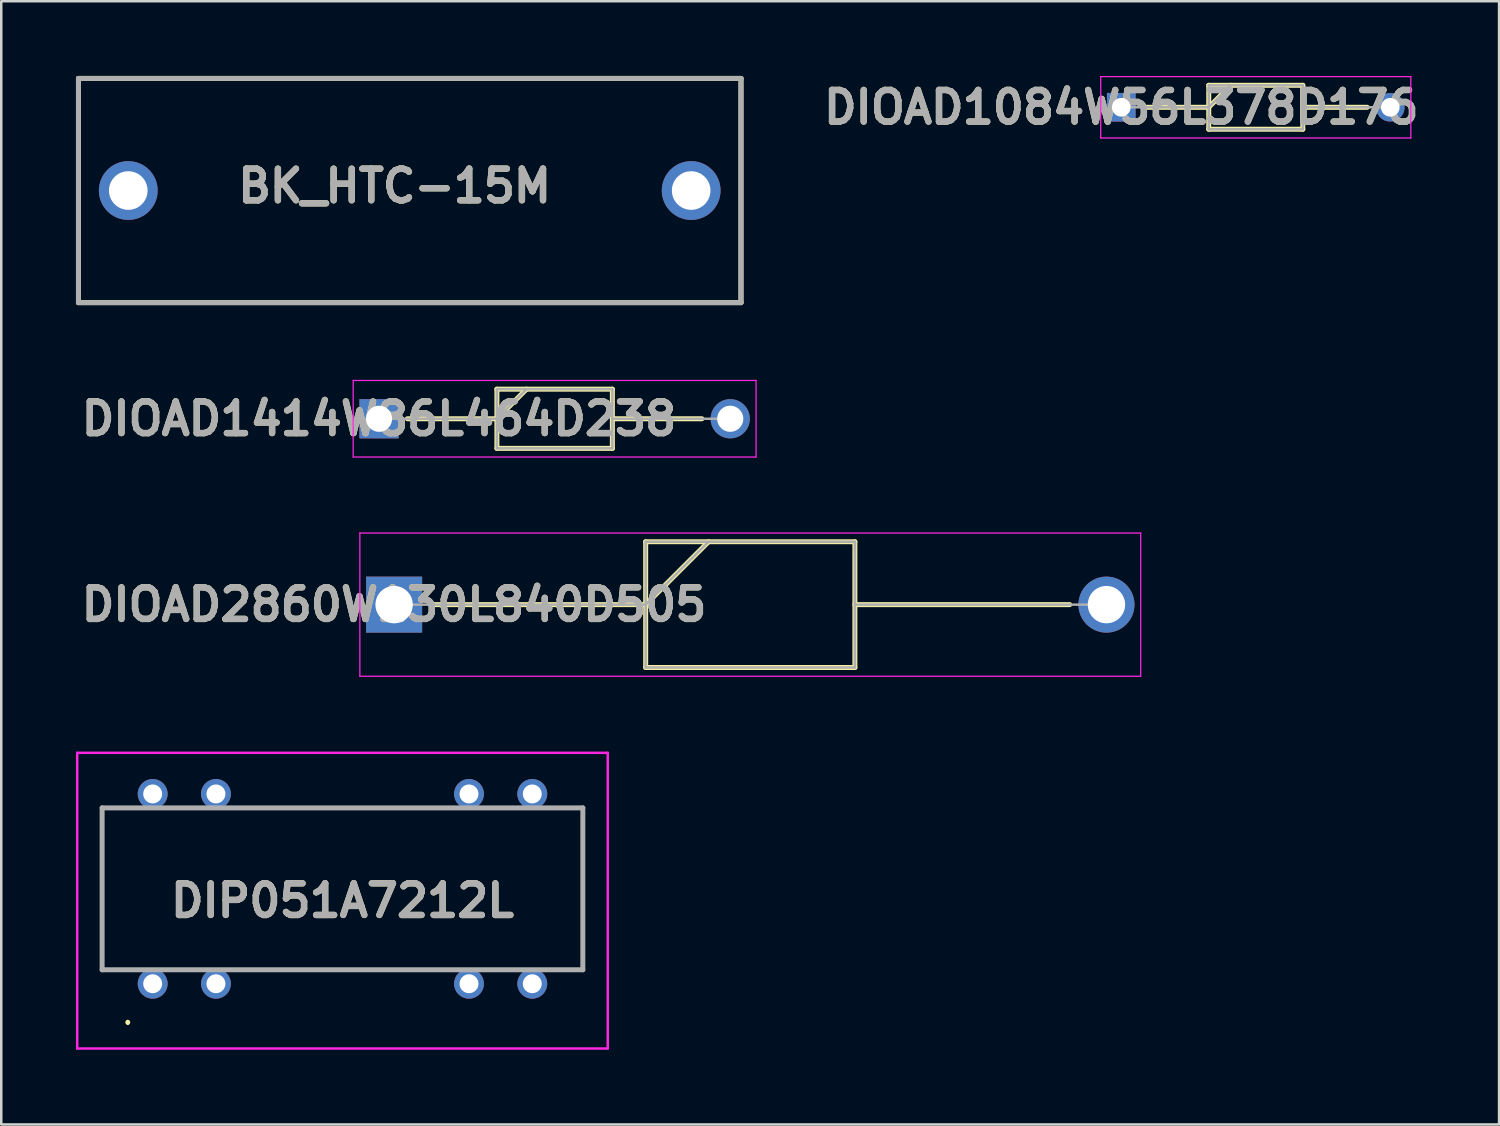
<source format=kicad_pcb>
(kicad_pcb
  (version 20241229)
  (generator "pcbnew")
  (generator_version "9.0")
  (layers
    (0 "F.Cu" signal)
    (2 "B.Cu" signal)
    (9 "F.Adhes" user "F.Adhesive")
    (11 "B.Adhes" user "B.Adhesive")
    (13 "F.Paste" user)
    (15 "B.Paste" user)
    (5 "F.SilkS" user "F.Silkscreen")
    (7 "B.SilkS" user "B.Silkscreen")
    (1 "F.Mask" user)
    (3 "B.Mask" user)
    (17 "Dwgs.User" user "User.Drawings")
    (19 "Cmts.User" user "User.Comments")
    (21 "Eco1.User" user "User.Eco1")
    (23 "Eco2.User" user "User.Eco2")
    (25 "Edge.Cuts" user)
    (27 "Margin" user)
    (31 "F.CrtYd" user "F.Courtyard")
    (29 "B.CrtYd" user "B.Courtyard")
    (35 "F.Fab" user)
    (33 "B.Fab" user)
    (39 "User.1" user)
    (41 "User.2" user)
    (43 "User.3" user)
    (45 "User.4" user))
  (footprint "DIOAD2860W130L840D505"
    (layer "F.Cu")
    (at 12.773 21.225)
    (property "Reference" "DIOAD2860W130L840D505" (at 0 0 0) (layer "F.SilkS") (effects (font (size 1.27 1.27) (thickness 0.254))))
    (attr through_hole)
    (fp_line (start 1.475 0) (end 10.1 0) (stroke (width 0.2) (type solid)) (layer "F.SilkS"))
    (fp_line (start 10.1 -2.525) (end 18.5 -2.525) (stroke (width 0.2) (type solid)) (layer "F.SilkS"))
    (fp_line (start 10.1 0) (end 12.625 -2.525) (stroke (width 0.2) (type solid)) (layer "F.SilkS"))
    (fp_line (start 10.1 2.525) (end 10.1 -2.525) (stroke (width 0.2) (type solid)) (layer "F.SilkS"))
    (fp_line (start 18.5 -2.525) (end 18.5 2.525) (stroke (width 0.2) (type solid)) (layer "F.SilkS"))
    (fp_line (start 18.5 0) (end 27.125 0) (stroke (width 0.2) (type solid)) (layer "F.SilkS"))
    (fp_line (start 18.5 2.525) (end 10.1 2.525) (stroke (width 0.2) (type solid)) (layer "F.SilkS"))
    (fp_line (start -1.375 -2.875) (end 29.975 -2.875) (stroke (width 0.05) (type solid)) (layer "F.CrtYd"))
    (fp_line (start -1.375 2.875) (end -1.375 -2.875) (stroke (width 0.05) (type solid)) (layer "F.CrtYd"))
    (fp_line (start 29.975 -2.875) (end 29.975 2.875) (stroke (width 0.05) (type solid)) (layer "F.CrtYd"))
    (fp_line (start 29.975 2.875) (end -1.375 2.875) (stroke (width 0.05) (type solid)) (layer "F.CrtYd"))
    (fp_line (start 0 0) (end 10.1 0) (stroke (width 0.1) (type solid)) (layer "F.Fab"))
    (fp_line (start 10.1 -2.525) (end 18.5 -2.525) (stroke (width 0.1) (type solid)) (layer "F.Fab"))
    (fp_line (start 10.1 0) (end 12.625 -2.525) (stroke (width 0.1) (type solid)) (layer "F.Fab"))
    (fp_line (start 10.1 2.525) (end 10.1 -2.525) (stroke (width 0.1) (type solid)) (layer "F.Fab"))
    (fp_line (start 18.5 -2.525) (end 18.5 2.525) (stroke (width 0.1) (type solid)) (layer "F.Fab"))
    (fp_line (start 18.5 0) (end 28.6 0) (stroke (width 0.1) (type solid)) (layer "F.Fab"))
    (fp_line (start 18.5 2.525) (end 10.1 2.525) (stroke (width 0.1) (type solid)) (layer "F.Fab"))
    (fp_text user "${REFERENCE}" (at 0 0 0) (layer "F.Fab") (effects (font (size 1.27 1.27) (thickness 0.254))))
    (pad "1" thru_hole rect (at 0 0) (size 2.25 2.25) (drill 1.5) (layers "*.Cu" "*.Mask"))
    (pad "2" thru_hole circle (at 28.6 0) (size 2.25 2.25) (drill 1.5) (layers "*.Cu" "*.Mask")))
  (footprint "DIOAD1084W56L378D176"
    (layer "F.Cu")
    (at 41.968 1.257)
    (property "Reference" "DIOAD1084W56L378D176" (at 0 0 0) (layer "F.SilkS") (effects (font (size 1.27 1.27) (thickness 0.254))))
    (attr through_hole)
    (fp_line (start 0.925 0) (end 3.512 0) (stroke (width 0.2) (type solid)) (layer "F.SilkS"))
    (fp_line (start 3.512 -0.882) (end 7.288 -0.882) (stroke (width 0.2) (type solid)) (layer "F.SilkS"))
    (fp_line (start 3.512 0) (end 4.395 -0.882) (stroke (width 0.2) (type solid)) (layer "F.SilkS"))
    (fp_line (start 3.512 0.882) (end 3.512 -0.882) (stroke (width 0.2) (type solid)) (layer "F.SilkS"))
    (fp_line (start 7.288 -0.882) (end 7.288 0.882) (stroke (width 0.2) (type solid)) (layer "F.SilkS"))
    (fp_line (start 7.288 0) (end 9.875 0) (stroke (width 0.2) (type solid)) (layer "F.SilkS"))
    (fp_line (start 7.288 0.882) (end 3.512 0.882) (stroke (width 0.2) (type solid)) (layer "F.SilkS"))
    (fp_line (start -0.825 -1.232) (end 11.625 -1.232) (stroke (width 0.05) (type solid)) (layer "F.CrtYd"))
    (fp_line (start -0.825 1.233) (end -0.825 -1.232) (stroke (width 0.05) (type solid)) (layer "F.CrtYd"))
    (fp_line (start 11.625 -1.232) (end 11.625 1.233) (stroke (width 0.05) (type solid)) (layer "F.CrtYd"))
    (fp_line (start 11.625 1.233) (end -0.825 1.233) (stroke (width 0.05) (type solid)) (layer "F.CrtYd"))
    (fp_line (start 0 0) (end 3.512 0) (stroke (width 0.1) (type solid)) (layer "F.Fab"))
    (fp_line (start 3.512 -0.882) (end 7.287 -0.882) (stroke (width 0.1) (type solid)) (layer "F.Fab"))
    (fp_line (start 3.512 0) (end 4.394 -0.882) (stroke (width 0.1) (type solid)) (layer "F.Fab"))
    (fp_line (start 3.512 0.883) (end 3.512 -0.882) (stroke (width 0.1) (type solid)) (layer "F.Fab"))
    (fp_line (start 7.287 -0.882) (end 7.287 0.883) (stroke (width 0.1) (type solid)) (layer "F.Fab"))
    (fp_line (start 7.287 0.883) (end 3.512 0.883) (stroke (width 0.1) (type solid)) (layer "F.Fab"))
    (fp_line (start 7.288 0) (end 10.8 0) (stroke (width 0.1) (type solid)) (layer "F.Fab"))
    (fp_text user "${REFERENCE}" (at 0 0 0) (layer "F.Fab") (effects (font (size 1.27 1.27) (thickness 0.254))))
    (pad "1" thru_hole rect (at 0 0) (size 1.15 1.15) (drill 0.75) (layers "*.Cu" "*.Mask"))
    (pad "2" thru_hole circle (at 10.8 0) (size 1.15 1.15) (drill 0.75) (layers "*.Cu" "*.Mask")))
  (footprint "BK_HTC-15M"
    (layer "F.Cu")
    (at 13.4 4.6)
    (property "Reference" "BK_HTC-15M" (at -0.606 -0.183 0) (layer "F.SilkS") (effects (font (size 1.27 1.27) (thickness 0.254))))
    (attr through_hole)
    (fp_line (start -13.3 -4.5) (end 13.3 -4.5) (stroke (width 0.2) (type solid)) (layer "F.SilkS"))
    (fp_line (start -13.3 4.5) (end -13.3 -4.5) (stroke (width 0.2) (type solid)) (layer "F.SilkS"))
    (fp_line (start 13.3 -4.5) (end 13.3 4.5) (stroke (width 0.2) (type solid)) (layer "F.SilkS"))
    (fp_line (start 13.3 4.5) (end -13.3 4.5) (stroke (width 0.2) (type solid)) (layer "F.SilkS"))
    (fp_line (start -13.3 -4.5) (end 13.3 -4.5) (stroke (width 0.2) (type solid)) (layer "F.Fab"))
    (fp_line (start -13.3 4.5) (end -13.3 -4.5) (stroke (width 0.2) (type solid)) (layer "F.Fab"))
    (fp_line (start 13.3 -4.5) (end 13.3 4.5) (stroke (width 0.2) (type solid)) (layer "F.Fab"))
    (fp_line (start 13.3 4.5) (end -13.3 4.5) (stroke (width 0.2) (type solid)) (layer "F.Fab"))
    (fp_text user "${REFERENCE}" (at -0.606 -0.183 0) (layer "F.Fab") (effects (font (size 1.27 1.27) (thickness 0.254))))
    (pad "1" thru_hole circle (at -11.3 0) (size 2.36 2.36) (drill 1.55) (layers "*.Cu" "*.Mask"))
    (pad "2" thru_hole circle (at 11.3 0) (size 2.36 2.36) (drill 1.55) (layers "*.Cu" "*.Mask")))
  (footprint "DIP051A7212L"
    (layer "F.Cu")
    (at 3.08 36.446)
    (property "Reference" "DIP051A7212L" (at 7.62 -3.336 0) (layer "F.SilkS") (effects (font (size 1.27 1.27) (thickness 0.254))))
    (attr through_hole)
    (fp_line (start -2.03 -7.06) (end -2.03 -0.56) (stroke (width 0.1) (type solid)) (layer "F.SilkS"))
    (fp_line (start -1 1.5) (end -1 1.5) (stroke (width 0.1) (type solid)) (layer "F.SilkS"))
    (fp_line (start -1 1.6) (end -1 1.6) (stroke (width 0.1) (type solid)) (layer "F.SilkS"))
    (fp_line (start 4 -7.06) (end 11 -7.06) (stroke (width 0.1) (type solid)) (layer "F.SilkS"))
    (fp_line (start 4 -0.56) (end 11 -0.56) (stroke (width 0.1) (type solid)) (layer "F.SilkS"))
    (fp_line (start 17.27 -7.06) (end 17.27 -0.56) (stroke (width 0.1) (type solid)) (layer "F.SilkS"))
    (fp_arc (start -1 1.5) (mid -0.95 1.55) (end -1 1.6) (stroke (width 0.1) (type solid)) (layer "F.SilkS"))
    (fp_arc (start -1 1.6) (mid -1.05 1.55) (end -1 1.5) (stroke (width 0.1) (type solid)) (layer "F.SilkS"))
    (fp_line (start -3.03 -9.271) (end 18.27 -9.271) (stroke (width 0.1) (type solid)) (layer "F.CrtYd"))
    (fp_line (start -3.03 2.6) (end -3.03 -9.271) (stroke (width 0.1) (type solid)) (layer "F.CrtYd"))
    (fp_line (start 18.27 -9.271) (end 18.27 2.6) (stroke (width 0.1) (type solid)) (layer "F.CrtYd"))
    (fp_line (start 18.27 2.6) (end -3.03 2.6) (stroke (width 0.1) (type solid)) (layer "F.CrtYd"))
    (fp_line (start -2.03 -7.06) (end 17.27 -7.06) (stroke (width 0.2) (type solid)) (layer "F.Fab"))
    (fp_line (start -2.03 -0.56) (end -2.03 -7.06) (stroke (width 0.2) (type solid)) (layer "F.Fab"))
    (fp_line (start 17.27 -7.06) (end 17.27 -0.56) (stroke (width 0.2) (type solid)) (layer "F.Fab"))
    (fp_line (start 17.27 -0.56) (end -2.03 -0.56) (stroke (width 0.2) (type solid)) (layer "F.Fab"))
    (fp_text user "${REFERENCE}" (at 7.62 -3.336 0) (layer "F.Fab") (effects (font (size 1.27 1.27) (thickness 0.254))))
    (pad "1" thru_hole circle (at 0 0) (size 1.2 1.2) (drill 0.76) (layers "*.Cu" "*.Mask"))
    (pad "2" thru_hole circle (at 2.54 0) (size 1.2 1.2) (drill 0.76) (layers "*.Cu" "*.Mask"))
    (pad "6" thru_hole circle (at 12.7 0) (size 1.2 1.2) (drill 0.76) (layers "*.Cu" "*.Mask"))
    (pad "7" thru_hole circle (at 15.24 0) (size 1.2 1.2) (drill 0.76) (layers "*.Cu" "*.Mask"))
    (pad "8" thru_hole circle (at 15.24 -7.62) (size 1.2 1.2) (drill 0.76) (layers "*.Cu" "*.Mask"))
    (pad "9" thru_hole circle (at 12.7 -7.62) (size 1.2 1.2) (drill 0.76) (layers "*.Cu" "*.Mask"))
    (pad "13" thru_hole circle (at 2.54 -7.62) (size 1.2 1.2) (drill 0.76) (layers "*.Cu" "*.Mask"))
    (pad "14" thru_hole circle (at 0 -7.62) (size 1.2 1.2) (drill 0.76) (layers "*.Cu" "*.Mask")))
  (footprint "DIOAD1414W86L464D238"
    (layer "F.Cu")
    (at 12.168 13.763)
    (property "Reference" "DIOAD1414W86L464D238" (at 0 0 0) (layer "F.SilkS") (effects (font (size 1.27 1.27) (thickness 0.254))))
    (attr through_hole)
    (fp_line (start 1.138 0) (end 4.732 0) (stroke (width 0.2) (type solid)) (layer "F.SilkS"))
    (fp_line (start 4.732 -1.188) (end 9.368 -1.188) (stroke (width 0.2) (type solid)) (layer "F.SilkS"))
    (fp_line (start 4.732 0) (end 5.92 -1.188) (stroke (width 0.2) (type solid)) (layer "F.SilkS"))
    (fp_line (start 4.732 1.188) (end 4.732 -1.188) (stroke (width 0.2) (type solid)) (layer "F.SilkS"))
    (fp_line (start 9.368 -1.188) (end 9.368 1.188) (stroke (width 0.2) (type solid)) (layer "F.SilkS"))
    (fp_line (start 9.368 0) (end 12.962 0) (stroke (width 0.2) (type solid)) (layer "F.SilkS"))
    (fp_line (start 9.368 1.188) (end 4.732 1.188) (stroke (width 0.2) (type solid)) (layer "F.SilkS"))
    (fp_line (start -1.038 -1.538) (end 15.137 -1.538) (stroke (width 0.05) (type solid)) (layer "F.CrtYd"))
    (fp_line (start -1.038 1.537) (end -1.038 -1.538) (stroke (width 0.05) (type solid)) (layer "F.CrtYd"))
    (fp_line (start 15.137 -1.538) (end 15.137 1.537) (stroke (width 0.05) (type solid)) (layer "F.CrtYd"))
    (fp_line (start 15.137 1.537) (end -1.038 1.537) (stroke (width 0.05) (type solid)) (layer "F.CrtYd"))
    (fp_line (start 0 0) (end 4.732 0) (stroke (width 0.1) (type solid)) (layer "F.Fab"))
    (fp_line (start 4.732 -1.188) (end 9.367 -1.188) (stroke (width 0.1) (type solid)) (layer "F.Fab"))
    (fp_line (start 4.732 0) (end 5.92 -1.188) (stroke (width 0.1) (type solid)) (layer "F.Fab"))
    (fp_line (start 4.732 1.187) (end 4.732 -1.188) (stroke (width 0.1) (type solid)) (layer "F.Fab"))
    (fp_line (start 9.367 -1.188) (end 9.367 1.187) (stroke (width 0.1) (type solid)) (layer "F.Fab"))
    (fp_line (start 9.367 1.187) (end 4.732 1.187) (stroke (width 0.1) (type solid)) (layer "F.Fab"))
    (fp_line (start 9.368 0) (end 14.1 0) (stroke (width 0.1) (type solid)) (layer "F.Fab"))
    (fp_text user "${REFERENCE}" (at 0 0 0) (layer "F.Fab") (effects (font (size 1.27 1.27) (thickness 0.254))))
    (pad "1" thru_hole rect (at 0 0) (size 1.575 1.575) (drill 1.05) (layers "*.Cu" "*.Mask"))
    (pad "2" thru_hole circle (at 14.1 0) (size 1.575 1.575) (drill 1.05) (layers "*.Cu" "*.Mask")))
  (gr_rect
    (start -3 -3)
    (end 57.136 42.096)
    (stroke (width 0.1) (type default))
    (fill no)
    (layer "Edge.Cuts")))
</source>
